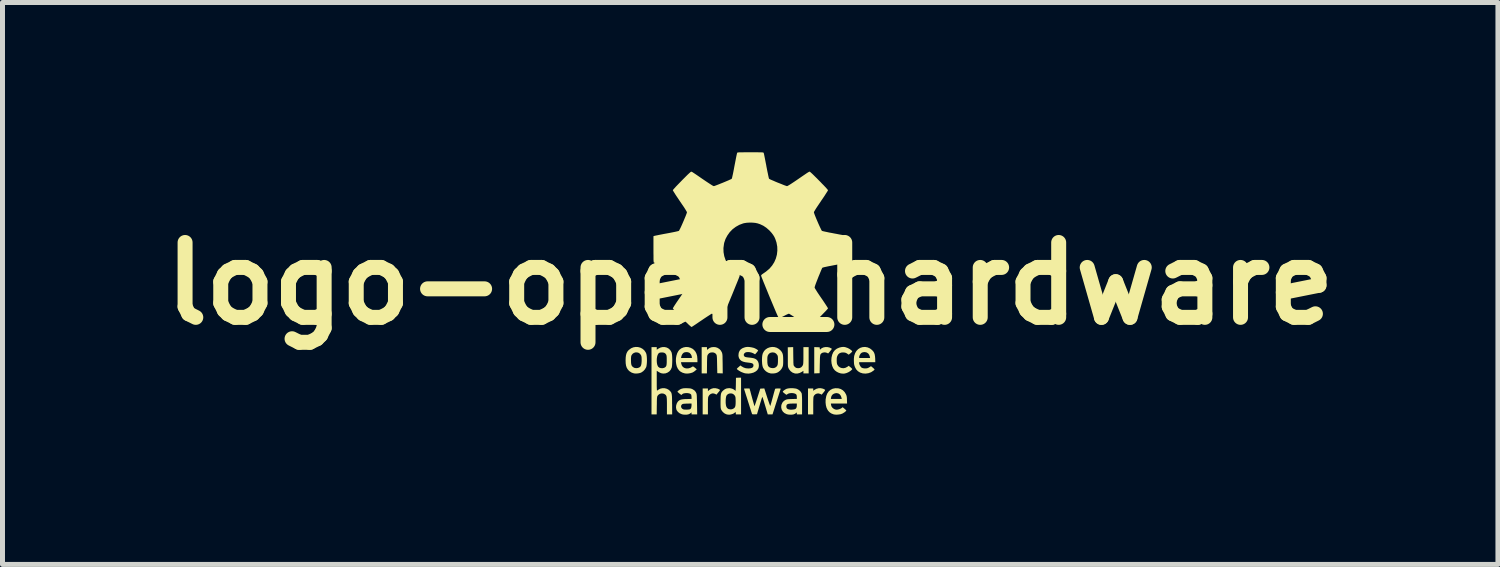
<source format=kicad_pcb>
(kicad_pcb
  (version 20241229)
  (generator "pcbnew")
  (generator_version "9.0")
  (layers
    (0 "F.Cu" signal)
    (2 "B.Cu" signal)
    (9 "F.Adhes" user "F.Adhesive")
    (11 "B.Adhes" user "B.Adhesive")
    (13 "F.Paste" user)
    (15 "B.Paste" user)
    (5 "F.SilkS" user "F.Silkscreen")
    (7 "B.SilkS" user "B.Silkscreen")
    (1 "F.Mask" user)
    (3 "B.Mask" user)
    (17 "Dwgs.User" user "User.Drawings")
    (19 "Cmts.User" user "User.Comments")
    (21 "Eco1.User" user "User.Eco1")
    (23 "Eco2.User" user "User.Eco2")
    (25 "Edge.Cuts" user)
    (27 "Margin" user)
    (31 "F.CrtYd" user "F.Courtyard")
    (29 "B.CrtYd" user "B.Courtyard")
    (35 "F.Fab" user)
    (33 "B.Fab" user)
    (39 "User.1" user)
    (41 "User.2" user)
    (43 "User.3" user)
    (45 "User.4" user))
  (footprint "logo-open_hardware"
    (layer "F.Cu")
    (at 11.979 2.629)
    (property "Reference" "logo-open_hardware" (at 0 0 0) (layer "F.SilkS") (effects (font (size 1.5 1.5) (thickness 0.3))))
    (attr board_only exclude_from_pos_files exclude_from_bom)
    (fp_poly (pts (xy 1.46 2.108) (xy 1.498 2.128) (xy 1.5 2.133) (xy 1.497 2.142) (xy 1.488 2.157) (xy 1.47 2.18) (xy 1.469 2.181) (xy 1.431 2.227) (xy 1.405 2.213) (xy 1.372 2.203) (xy 1.339 2.204) (xy 1.309 2.216) (xy 1.284 2.238) (xy 1.273 2.255) (xy 1.27 2.263) (xy 1.267 2.273) (xy 1.265 2.287) (xy 1.264 2.307) (xy 1.263 2.334) (xy 1.262 2.369) (xy 1.262 2.415) (xy 1.262 2.45) (xy 1.262 2.622) (xy 1.209 2.622) (xy 1.157 2.622) (xy 1.157 2.363) (xy 1.157 2.103) (xy 1.209 2.103) (xy 1.262 2.103) (xy 1.262 2.126) (xy 1.262 2.15) (xy 1.285 2.132) (xy 1.325 2.11) (xy 1.369 2.098) (xy 1.415 2.098)) (stroke (width 0) (type solid)) (fill yes) (layer "F.SilkS"))
    (fp_poly (pts (xy -0.653 2.107) (xy -0.639 2.113) (xy -0.621 2.122) (xy -0.608 2.13) (xy -0.605 2.134) (xy -0.609 2.141) (xy -0.619 2.156) (xy -0.634 2.175) (xy -0.641 2.183) (xy -0.677 2.227) (xy -0.699 2.214) (xy -0.729 2.203) (xy -0.762 2.202) (xy -0.792 2.213) (xy -0.818 2.233) (xy -0.833 2.254) (xy -0.837 2.263) (xy -0.841 2.273) (xy -0.844 2.284) (xy -0.845 2.299) (xy -0.847 2.32) (xy -0.847 2.347) (xy -0.848 2.383) (xy -0.848 2.43) (xy -0.848 2.453) (xy -0.848 2.622) (xy -0.9 2.622) (xy -0.953 2.622) (xy -0.953 2.363) (xy -0.953 2.103) (xy -0.9 2.103) (xy -0.848 2.103) (xy -0.848 2.13) (xy -0.848 2.157) (xy -0.822 2.134) (xy -0.785 2.111) (xy -0.742 2.098) (xy -0.698 2.097)) (stroke (width 0) (type solid)) (fill yes) (layer "F.SilkS"))
    (fp_poly (pts (xy 1.547 1.274) (xy 1.586 1.282) (xy 1.615 1.296) (xy 1.636 1.309) (xy 1.624 1.326) (xy 1.612 1.341) (xy 1.596 1.361) (xy 1.586 1.373) (xy 1.56 1.402) (xy 1.54 1.391) (xy 1.513 1.382) (xy 1.483 1.38) (xy 1.455 1.385) (xy 1.437 1.392) (xy 1.426 1.4) (xy 1.417 1.408) (xy 1.41 1.417) (xy 1.404 1.429) (xy 1.401 1.445) (xy 1.398 1.468) (xy 1.396 1.499) (xy 1.395 1.538) (xy 1.394 1.589) (xy 1.393 1.617) (xy 1.39 1.797) (xy 1.336 1.799) (xy 1.282 1.801) (xy 1.282 1.538) (xy 1.282 1.274) (xy 1.336 1.276) (xy 1.39 1.278) (xy 1.393 1.304) (xy 1.396 1.32) (xy 1.399 1.324) (xy 1.405 1.32) (xy 1.405 1.319) (xy 1.432 1.296) (xy 1.466 1.281) (xy 1.506 1.273)) (stroke (width 0) (type solid)) (fill yes) (layer "F.SilkS"))
    (fp_poly (pts (xy 0.862 1.455) (xy 0.863 1.509) (xy 0.864 1.551) (xy 0.864 1.583) (xy 0.866 1.607) (xy 0.867 1.624) (xy 0.869 1.636) (xy 0.872 1.644) (xy 0.875 1.65) (xy 0.878 1.654) (xy 0.9 1.678) (xy 0.924 1.692) (xy 0.953 1.696) (xy 0.958 1.697) (xy 0.995 1.692) (xy 1.023 1.677) (xy 1.045 1.652) (xy 1.05 1.643) (xy 1.054 1.634) (xy 1.058 1.624) (xy 1.06 1.613) (xy 1.062 1.598) (xy 1.063 1.578) (xy 1.064 1.55) (xy 1.065 1.514) (xy 1.065 1.467) (xy 1.065 1.444) (xy 1.065 1.275) (xy 1.117 1.275) (xy 1.17 1.275) (xy 1.17 1.538) (xy 1.17 1.801) (xy 1.117 1.801) (xy 1.065 1.801) (xy 1.065 1.775) (xy 1.065 1.749) (xy 1.032 1.771) (xy 0.989 1.793) (xy 0.944 1.804) (xy 0.901 1.803) (xy 0.89 1.801) (xy 0.845 1.784) (xy 0.807 1.755) (xy 0.777 1.717) (xy 0.768 1.699) (xy 0.763 1.689) (xy 0.76 1.679) (xy 0.757 1.668) (xy 0.755 1.654) (xy 0.754 1.635) (xy 0.753 1.61) (xy 0.753 1.576) (xy 0.753 1.533) (xy 0.753 1.479) (xy 0.753 1.472) (xy 0.752 1.278) (xy 0.806 1.276) (xy 0.86 1.274)) (stroke (width 0) (type solid)) (fill yes) (layer "F.SilkS"))
    (fp_poly (pts (xy -0.7 1.275) (xy -0.662 1.286) (xy -0.654 1.29) (xy -0.617 1.313) (xy -0.59 1.342) (xy -0.57 1.377) (xy -0.566 1.387) (xy -0.563 1.397) (xy -0.56 1.408) (xy -0.558 1.423) (xy -0.556 1.443) (xy -0.555 1.469) (xy -0.555 1.503) (xy -0.554 1.547) (xy -0.553 1.603) (xy -0.553 1.605) (xy -0.551 1.801) (xy -0.606 1.799) (xy -0.66 1.797) (xy -0.664 1.62) (xy -0.665 1.566) (xy -0.666 1.524) (xy -0.667 1.492) (xy -0.669 1.468) (xy -0.67 1.45) (xy -0.673 1.438) (xy -0.676 1.429) (xy -0.679 1.422) (xy -0.7 1.398) (xy -0.728 1.384) (xy -0.762 1.38) (xy -0.797 1.384) (xy -0.825 1.397) (xy -0.846 1.42) (xy -0.849 1.424) (xy -0.853 1.432) (xy -0.857 1.44) (xy -0.86 1.45) (xy -0.862 1.464) (xy -0.863 1.482) (xy -0.864 1.508) (xy -0.865 1.542) (xy -0.866 1.587) (xy -0.866 1.625) (xy -0.868 1.801) (xy -0.921 1.801) (xy -0.973 1.801) (xy -0.973 1.538) (xy -0.973 1.275) (xy -0.92 1.275) (xy -0.867 1.275) (xy -0.867 1.301) (xy -0.866 1.32) (xy -0.861 1.326) (xy -0.851 1.321) (xy -0.841 1.311) (xy -0.814 1.291) (xy -0.779 1.278) (xy -0.74 1.273)) (stroke (width 0) (type solid)) (fill yes) (layer "F.SilkS"))
    (fp_poly (pts (xy -1.243 1.274) (xy -1.197 1.287) (xy -1.153 1.309) (xy -1.125 1.333) (xy -1.097 1.367) (xy -1.077 1.407) (xy -1.064 1.454) (xy -1.059 1.511) (xy -1.058 1.536) (xy -1.058 1.577) (xy -1.223 1.577) (xy -1.387 1.577) (xy -1.383 1.602) (xy -1.371 1.64) (xy -1.351 1.669) (xy -1.324 1.689) (xy -1.286 1.701) (xy -1.244 1.701) (xy -1.202 1.69) (xy -1.163 1.669) (xy -1.16 1.666) (xy -1.152 1.662) (xy -1.144 1.662) (xy -1.134 1.668) (xy -1.117 1.68) (xy -1.109 1.687) (xy -1.071 1.719) (xy -1.101 1.746) (xy -1.124 1.764) (xy -1.15 1.78) (xy -1.165 1.786) (xy -1.202 1.797) (xy -1.244 1.803) (xy -1.284 1.804) (xy -1.313 1.8) (xy -1.359 1.786) (xy -1.4 1.763) (xy -1.424 1.742) (xy -1.451 1.706) (xy -1.472 1.661) (xy -1.484 1.61) (xy -1.49 1.556) (xy -1.488 1.501) (xy -1.487 1.492) (xy -1.386 1.492) (xy -1.278 1.492) (xy -1.17 1.492) (xy -1.17 1.473) (xy -1.175 1.448) (xy -1.188 1.421) (xy -1.207 1.398) (xy -1.222 1.386) (xy -1.253 1.376) (xy -1.286 1.374) (xy -1.318 1.38) (xy -1.335 1.388) (xy -1.358 1.411) (xy -1.375 1.444) (xy -1.382 1.47) (xy -1.386 1.492) (xy -1.487 1.492) (xy -1.479 1.447) (xy -1.463 1.397) (xy -1.44 1.354) (xy -1.419 1.328) (xy -1.381 1.299) (xy -1.338 1.281) (xy -1.291 1.272)) (stroke (width 0) (type solid)) (fill yes) (layer "F.SilkS"))
    (fp_poly (pts (xy 1.765 2.1) (xy 1.813 2.114) (xy 1.855 2.139) (xy 1.89 2.174) (xy 1.913 2.212) (xy 1.923 2.232) (xy 1.929 2.25) (xy 1.933 2.269) (xy 1.936 2.293) (xy 1.937 2.325) (xy 1.937 2.33) (xy 1.94 2.405) (xy 1.778 2.405) (xy 1.615 2.405) (xy 1.619 2.433) (xy 1.629 2.466) (xy 1.651 2.494) (xy 1.68 2.515) (xy 1.715 2.527) (xy 1.744 2.527) (xy 1.778 2.52) (xy 1.809 2.508) (xy 1.832 2.494) (xy 1.851 2.478) (xy 1.887 2.508) (xy 1.905 2.524) (xy 1.918 2.536) (xy 1.924 2.543) (xy 1.924 2.543) (xy 1.921 2.551) (xy 1.909 2.563) (xy 1.891 2.578) (xy 1.869 2.592) (xy 1.847 2.605) (xy 1.84 2.608) (xy 1.808 2.619) (xy 1.768 2.625) (xy 1.727 2.628) (xy 1.689 2.625) (xy 1.666 2.62) (xy 1.624 2.603) (xy 1.591 2.581) (xy 1.564 2.553) (xy 1.548 2.53) (xy 1.528 2.489) (xy 1.515 2.439) (xy 1.509 2.384) (xy 1.51 2.325) (xy 1.511 2.314) (xy 1.512 2.313) (xy 1.615 2.313) (xy 1.724 2.313) (xy 1.833 2.313) (xy 1.829 2.292) (xy 1.816 2.253) (xy 1.796 2.224) (xy 1.768 2.204) (xy 1.733 2.196) (xy 1.714 2.197) (xy 1.678 2.206) (xy 1.649 2.225) (xy 1.628 2.253) (xy 1.619 2.286) (xy 1.615 2.313) (xy 1.512 2.313) (xy 1.523 2.254) (xy 1.543 2.203) (xy 1.572 2.161) (xy 1.608 2.13) (xy 1.652 2.108) (xy 1.703 2.098) (xy 1.71 2.098)) (stroke (width 0) (type solid)) (fill yes) (layer "F.SilkS"))
    (fp_poly (pts (xy 1.877 1.271) (xy 1.902 1.275) (xy 1.912 1.278) (xy 1.955 1.293) (xy 1.995 1.315) (xy 2.028 1.341) (xy 2.031 1.344) (xy 2.041 1.355) (xy 2.042 1.363) (xy 2.035 1.372) (xy 2.033 1.374) (xy 2.02 1.387) (xy 2.003 1.402) (xy 1.997 1.407) (xy 1.972 1.426) (xy 1.942 1.405) (xy 1.922 1.393) (xy 1.903 1.386) (xy 1.88 1.382) (xy 1.868 1.381) (xy 1.826 1.383) (xy 1.792 1.395) (xy 1.766 1.416) (xy 1.749 1.443) (xy 1.741 1.461) (xy 1.736 1.478) (xy 1.733 1.499) (xy 1.732 1.528) (xy 1.732 1.538) (xy 1.733 1.57) (xy 1.735 1.593) (xy 1.739 1.612) (xy 1.747 1.63) (xy 1.747 1.631) (xy 1.769 1.661) (xy 1.798 1.682) (xy 1.832 1.694) (xy 1.87 1.697) (xy 1.907 1.689) (xy 1.943 1.67) (xy 1.948 1.667) (xy 1.972 1.649) (xy 1.996 1.668) (xy 2.014 1.683) (xy 2.03 1.697) (xy 2.033 1.701) (xy 2.042 1.712) (xy 2.041 1.72) (xy 2.033 1.729) (xy 2.007 1.752) (xy 1.973 1.774) (xy 1.936 1.791) (xy 1.924 1.795) (xy 1.894 1.803) (xy 1.868 1.806) (xy 1.839 1.804) (xy 1.813 1.801) (xy 1.774 1.789) (xy 1.733 1.769) (xy 1.698 1.743) (xy 1.692 1.737) (xy 1.663 1.699) (xy 1.642 1.653) (xy 1.629 1.6) (xy 1.624 1.542) (xy 1.628 1.484) (xy 1.642 1.425) (xy 1.664 1.375) (xy 1.696 1.335) (xy 1.736 1.305) (xy 1.785 1.284) (xy 1.825 1.274) (xy 1.854 1.271)) (stroke (width 0) (type solid)) (fill yes) (layer "F.SilkS"))
    (fp_poly (pts (xy 2.351 1.28) (xy 2.398 1.301) (xy 2.437 1.331) (xy 2.462 1.357) (xy 2.48 1.385) (xy 2.492 1.417) (xy 2.499 1.456) (xy 2.503 1.503) (xy 2.505 1.577) (xy 2.344 1.577) (xy 2.182 1.577) (xy 2.182 1.596) (xy 2.186 1.618) (xy 2.198 1.644) (xy 2.213 1.668) (xy 2.229 1.685) (xy 2.25 1.694) (xy 2.278 1.7) (xy 2.309 1.701) (xy 2.338 1.699) (xy 2.348 1.696) (xy 2.37 1.687) (xy 2.392 1.674) (xy 2.396 1.672) (xy 2.419 1.656) (xy 2.455 1.686) (xy 2.473 1.702) (xy 2.485 1.715) (xy 2.491 1.722) (xy 2.491 1.722) (xy 2.486 1.729) (xy 2.474 1.741) (xy 2.467 1.747) (xy 2.42 1.778) (xy 2.367 1.797) (xy 2.311 1.805) (xy 2.254 1.801) (xy 2.251 1.8) (xy 2.2 1.784) (xy 2.157 1.757) (xy 2.123 1.721) (xy 2.097 1.674) (xy 2.084 1.634) (xy 2.079 1.606) (xy 2.077 1.57) (xy 2.076 1.53) (xy 2.077 1.492) (xy 2.078 1.492) (xy 2.182 1.492) (xy 2.291 1.492) (xy 2.4 1.492) (xy 2.396 1.467) (xy 2.383 1.429) (xy 2.362 1.401) (xy 2.333 1.382) (xy 2.298 1.374) (xy 2.291 1.374) (xy 2.261 1.377) (xy 2.235 1.385) (xy 2.234 1.386) (xy 2.214 1.402) (xy 2.197 1.427) (xy 2.185 1.454) (xy 2.182 1.473) (xy 2.182 1.492) (xy 2.078 1.492) (xy 2.081 1.461) (xy 2.082 1.452) (xy 2.1 1.397) (xy 2.127 1.351) (xy 2.162 1.315) (xy 2.204 1.289) (xy 2.249 1.275) (xy 2.301 1.271)) (stroke (width 0) (type solid)) (fill yes) (layer "F.SilkS"))
    (fp_poly (pts (xy -2.248 1.273) (xy -2.202 1.285) (xy -2.16 1.307) (xy -2.124 1.337) (xy -2.096 1.377) (xy -2.086 1.397) (xy -2.078 1.424) (xy -2.073 1.46) (xy -2.07 1.503) (xy -2.069 1.548) (xy -2.071 1.592) (xy -2.075 1.632) (xy -2.081 1.665) (xy -2.086 1.679) (xy -2.11 1.72) (xy -2.142 1.755) (xy -2.181 1.782) (xy -2.208 1.793) (xy -2.247 1.801) (xy -2.29 1.804) (xy -2.327 1.801) (xy -2.374 1.786) (xy -2.417 1.759) (xy -2.434 1.744) (xy -2.458 1.715) (xy -2.476 1.683) (xy -2.488 1.645) (xy -2.495 1.599) (xy -2.497 1.542) (xy -2.497 1.538) (xy -2.389 1.538) (xy -2.388 1.58) (xy -2.385 1.612) (xy -2.379 1.636) (xy -2.369 1.654) (xy -2.355 1.669) (xy -2.345 1.677) (xy -2.316 1.692) (xy -2.282 1.696) (xy -2.247 1.692) (xy -2.216 1.678) (xy -2.216 1.678) (xy -2.199 1.663) (xy -2.187 1.64) (xy -2.18 1.609) (xy -2.176 1.568) (xy -2.175 1.538) (xy -2.176 1.503) (xy -2.177 1.478) (xy -2.18 1.46) (xy -2.184 1.446) (xy -2.19 1.433) (xy -2.211 1.406) (xy -2.238 1.388) (xy -2.269 1.38) (xy -2.301 1.381) (xy -2.332 1.391) (xy -2.359 1.411) (xy -2.375 1.433) (xy -2.381 1.444) (xy -2.385 1.457) (xy -2.387 1.475) (xy -2.389 1.499) (xy -2.389 1.534) (xy -2.389 1.538) (xy -2.497 1.538) (xy -2.495 1.482) (xy -2.489 1.436) (xy -2.478 1.398) (xy -2.462 1.366) (xy -2.439 1.338) (xy -2.429 1.329) (xy -2.387 1.298) (xy -2.342 1.279) (xy -2.295 1.271)) (stroke (width 0) (type solid)) (fill yes) (layer "F.SilkS"))
    (fp_poly (pts (xy 0.485 1.274) (xy 0.531 1.287) (xy 0.573 1.311) (xy 0.607 1.341) (xy 0.626 1.364) (xy 0.64 1.387) (xy 0.65 1.412) (xy 0.656 1.442) (xy 0.659 1.48) (xy 0.66 1.527) (xy 0.66 1.541) (xy 0.66 1.581) (xy 0.659 1.61) (xy 0.657 1.633) (xy 0.654 1.65) (xy 0.649 1.666) (xy 0.645 1.677) (xy 0.626 1.711) (xy 0.598 1.745) (xy 0.564 1.772) (xy 0.537 1.787) (xy 0.501 1.798) (xy 0.458 1.803) (xy 0.416 1.802) (xy 0.406 1.801) (xy 0.358 1.786) (xy 0.315 1.76) (xy 0.28 1.725) (xy 0.256 1.685) (xy 0.246 1.655) (xy 0.239 1.615) (xy 0.236 1.57) (xy 0.235 1.538) (xy 0.342 1.538) (xy 0.343 1.586) (xy 0.348 1.622) (xy 0.357 1.65) (xy 0.372 1.669) (xy 0.392 1.683) (xy 0.419 1.692) (xy 0.419 1.692) (xy 0.457 1.696) (xy 0.492 1.689) (xy 0.512 1.677) (xy 0.529 1.663) (xy 0.541 1.646) (xy 0.549 1.626) (xy 0.553 1.598) (xy 0.555 1.562) (xy 0.555 1.538) (xy 0.555 1.502) (xy 0.554 1.477) (xy 0.552 1.459) (xy 0.548 1.445) (xy 0.542 1.434) (xy 0.542 1.433) (xy 0.518 1.404) (xy 0.488 1.386) (xy 0.451 1.38) (xy 0.451 1.38) (xy 0.413 1.385) (xy 0.383 1.4) (xy 0.361 1.425) (xy 0.357 1.433) (xy 0.35 1.447) (xy 0.346 1.462) (xy 0.343 1.481) (xy 0.342 1.507) (xy 0.342 1.538) (xy 0.235 1.538) (xy 0.235 1.523) (xy 0.237 1.476) (xy 0.242 1.435) (xy 0.251 1.402) (xy 0.253 1.396) (xy 0.277 1.353) (xy 0.31 1.319) (xy 0.349 1.294) (xy 0.393 1.278) (xy 0.439 1.271)) (stroke (width 0) (type solid)) (fill yes) (layer "F.SilkS"))
    (fp_poly (pts (xy -0.184 2.254) (xy -0.184 2.622) (xy -0.237 2.622) (xy -0.289 2.622) (xy -0.289 2.599) (xy -0.291 2.582) (xy -0.297 2.577) (xy -0.307 2.584) (xy -0.312 2.589) (xy -0.329 2.602) (xy -0.355 2.614) (xy -0.385 2.623) (xy -0.414 2.628) (xy -0.426 2.628) (xy -0.452 2.626) (xy -0.478 2.62) (xy -0.484 2.618) (xy -0.519 2.6) (xy -0.551 2.572) (xy -0.575 2.54) (xy -0.579 2.532) (xy -0.585 2.521) (xy -0.588 2.51) (xy -0.591 2.497) (xy -0.593 2.48) (xy -0.594 2.457) (xy -0.595 2.426) (xy -0.595 2.394) (xy -0.492 2.394) (xy -0.487 2.438) (xy -0.477 2.472) (xy -0.461 2.496) (xy -0.439 2.512) (xy -0.433 2.515) (xy -0.398 2.522) (xy -0.366 2.519) (xy -0.344 2.51) (xy -0.326 2.499) (xy -0.312 2.486) (xy -0.302 2.467) (xy -0.296 2.443) (xy -0.293 2.409) (xy -0.292 2.364) (xy -0.292 2.363) (xy -0.293 2.326) (xy -0.294 2.299) (xy -0.296 2.28) (xy -0.3 2.266) (xy -0.305 2.253) (xy -0.306 2.251) (xy -0.326 2.226) (xy -0.352 2.209) (xy -0.382 2.202) (xy -0.413 2.203) (xy -0.442 2.213) (xy -0.466 2.232) (xy -0.477 2.249) (xy -0.484 2.27) (xy -0.489 2.301) (xy -0.492 2.339) (xy -0.492 2.394) (xy -0.595 2.394) (xy -0.595 2.385) (xy -0.595 2.366) (xy -0.594 2.312) (xy -0.593 2.27) (xy -0.59 2.236) (xy -0.586 2.21) (xy -0.579 2.19) (xy -0.569 2.172) (xy -0.556 2.157) (xy -0.539 2.141) (xy -0.506 2.116) (xy -0.471 2.102) (xy -0.43 2.097) (xy -0.42 2.096) (xy -0.391 2.1) (xy -0.36 2.108) (xy -0.333 2.121) (xy -0.313 2.135) (xy -0.31 2.138) (xy -0.3 2.147) (xy -0.295 2.149) (xy -0.293 2.143) (xy -0.292 2.125) (xy -0.29 2.099) (xy -0.289 2.065) (xy -0.288 2.026) (xy -0.288 2.019) (xy -0.286 1.889) (xy -0.235 1.887) (xy -0.184 1.886)) (stroke (width 0) (type solid)) (fill yes) (layer "F.SilkS"))
    (fp_poly (pts (xy -0.012 1.273) (xy 0.026 1.279) (xy 0.061 1.287) (xy 0.085 1.295) (xy 0.109 1.307) (xy 0.132 1.32) (xy 0.149 1.332) (xy 0.157 1.341) (xy 0.158 1.343) (xy 0.154 1.35) (xy 0.143 1.365) (xy 0.129 1.383) (xy 0.128 1.384) (xy 0.097 1.419) (xy 0.061 1.398) (xy 0.029 1.385) (xy -0.008 1.376) (xy -0.045 1.373) (xy -0.078 1.376) (xy -0.098 1.383) (xy -0.118 1.399) (xy -0.129 1.419) (xy -0.129 1.44) (xy -0.119 1.458) (xy -0.106 1.469) (xy -0.089 1.474) (xy -0.065 1.479) (xy -0.038 1.482) (xy -0.038 1.482) (xy 0.016 1.488) (xy 0.06 1.495) (xy 0.093 1.506) (xy 0.119 1.52) (xy 0.139 1.539) (xy 0.155 1.563) (xy 0.157 1.566) (xy 0.168 1.599) (xy 0.173 1.638) (xy 0.17 1.675) (xy 0.161 1.704) (xy 0.139 1.737) (xy 0.106 1.764) (xy 0.065 1.785) (xy 0.018 1.798) (xy -0.032 1.805) (xy -0.085 1.802) (xy -0.099 1.8) (xy -0.124 1.794) (xy -0.154 1.783) (xy -0.176 1.774) (xy -0.2 1.762) (xy -0.225 1.747) (xy -0.246 1.733) (xy -0.262 1.72) (xy -0.269 1.711) (xy -0.269 1.71) (xy -0.265 1.704) (xy -0.253 1.691) (xy -0.235 1.676) (xy -0.233 1.674) (xy -0.197 1.642) (xy -0.168 1.663) (xy -0.128 1.685) (xy -0.087 1.698) (xy -0.04 1.702) (xy -0.038 1.702) (xy 0.004 1.699) (xy 0.035 1.69) (xy 0.055 1.674) (xy 0.064 1.652) (xy 0.064 1.635) (xy 0.061 1.619) (xy 0.051 1.607) (xy 0.035 1.598) (xy 0.009 1.591) (xy -0.027 1.586) (xy -0.046 1.584) (xy -0.099 1.577) (xy -0.142 1.566) (xy -0.174 1.552) (xy -0.199 1.532) (xy -0.218 1.507) (xy -0.224 1.495) (xy -0.232 1.472) (xy -0.236 1.445) (xy -0.236 1.437) (xy -0.231 1.39) (xy -0.215 1.35) (xy -0.189 1.318) (xy -0.151 1.294) (xy -0.103 1.277) (xy -0.075 1.272) (xy -0.047 1.27)) (stroke (width 0) (type solid)) (fill yes) (layer "F.SilkS"))
    (fp_poly (pts (xy -1.261 2.098) (xy -1.227 2.1) (xy -1.202 2.102) (xy -1.182 2.107) (xy -1.164 2.114) (xy -1.154 2.119) (xy -1.118 2.142) (xy -1.092 2.173) (xy -1.078 2.202) (xy -1.075 2.214) (xy -1.072 2.234) (xy -1.07 2.264) (xy -1.069 2.305) (xy -1.067 2.356) (xy -1.066 2.42) (xy -1.066 2.423) (xy -1.063 2.622) (xy -1.12 2.622) (xy -1.176 2.622) (xy -1.176 2.602) (xy -1.176 2.582) (xy -1.196 2.598) (xy -1.217 2.612) (xy -1.239 2.621) (xy -1.241 2.622) (xy -1.271 2.627) (xy -1.308 2.628) (xy -1.345 2.625) (xy -1.371 2.619) (xy -1.414 2.6) (xy -1.448 2.573) (xy -1.473 2.54) (xy -1.481 2.518) (xy -1.487 2.482) (xy -1.486 2.468) (xy -1.386 2.468) (xy -1.379 2.49) (xy -1.363 2.509) (xy -1.339 2.522) (xy -1.33 2.524) (xy -1.31 2.526) (xy -1.283 2.527) (xy -1.254 2.526) (xy -1.228 2.524) (xy -1.209 2.52) (xy -1.206 2.519) (xy -1.192 2.508) (xy -1.182 2.486) (xy -1.177 2.456) (xy -1.176 2.441) (xy -1.176 2.404) (xy -1.265 2.406) (xy -1.3 2.407) (xy -1.326 2.409) (xy -1.343 2.411) (xy -1.354 2.414) (xy -1.363 2.419) (xy -1.37 2.424) (xy -1.384 2.445) (xy -1.386 2.468) (xy -1.486 2.468) (xy -1.484 2.443) (xy -1.472 2.404) (xy -1.454 2.372) (xy -1.442 2.358) (xy -1.424 2.343) (xy -1.405 2.332) (xy -1.383 2.325) (xy -1.355 2.32) (xy -1.318 2.316) (xy -1.273 2.315) (xy -1.176 2.312) (xy -1.176 2.276) (xy -1.178 2.253) (xy -1.181 2.234) (xy -1.183 2.227) (xy -1.198 2.212) (xy -1.223 2.201) (xy -1.254 2.196) (xy -1.271 2.195) (xy -1.307 2.197) (xy -1.334 2.202) (xy -1.354 2.211) (xy -1.364 2.219) (xy -1.38 2.234) (xy -1.42 2.204) (xy -1.438 2.188) (xy -1.452 2.176) (xy -1.459 2.169) (xy -1.459 2.168) (xy -1.454 2.161) (xy -1.442 2.149) (xy -1.431 2.139) (xy -1.403 2.12) (xy -1.372 2.107) (xy -1.335 2.099) (xy -1.289 2.097)) (stroke (width 0) (type solid)) (fill yes) (layer "F.SilkS"))
    (fp_poly (pts (xy 0.859 2.098) (xy 0.901 2.103) (xy 0.923 2.107) (xy 0.958 2.122) (xy 0.989 2.145) (xy 1.014 2.172) (xy 1.03 2.201) (xy 1.031 2.205) (xy 1.033 2.22) (xy 1.035 2.247) (xy 1.037 2.285) (xy 1.038 2.333) (xy 1.038 2.39) (xy 1.038 2.427) (xy 1.038 2.622) (xy 0.986 2.622) (xy 0.933 2.622) (xy 0.933 2.602) (xy 0.933 2.582) (xy 0.913 2.598) (xy 0.893 2.612) (xy 0.87 2.621) (xy 0.869 2.622) (xy 0.837 2.627) (xy 0.798 2.628) (xy 0.76 2.625) (xy 0.728 2.617) (xy 0.728 2.617) (xy 0.686 2.596) (xy 0.654 2.567) (xy 0.632 2.531) (xy 0.621 2.49) (xy 0.621 2.466) (xy 0.723 2.466) (xy 0.728 2.492) (xy 0.744 2.511) (xy 0.764 2.52) (xy 0.782 2.524) (xy 0.792 2.526) (xy 0.811 2.528) (xy 0.837 2.527) (xy 0.864 2.524) (xy 0.888 2.52) (xy 0.904 2.514) (xy 0.905 2.514) (xy 0.921 2.497) (xy 0.93 2.474) (xy 0.933 2.44) (xy 0.933 2.438) (xy 0.933 2.405) (xy 0.851 2.405) (xy 0.806 2.406) (xy 0.773 2.409) (xy 0.749 2.416) (xy 0.734 2.426) (xy 0.726 2.441) (xy 0.723 2.461) (xy 0.723 2.466) (xy 0.621 2.466) (xy 0.622 2.446) (xy 0.627 2.424) (xy 0.645 2.385) (xy 0.673 2.353) (xy 0.71 2.33) (xy 0.724 2.325) (xy 0.74 2.321) (xy 0.76 2.318) (xy 0.788 2.316) (xy 0.826 2.315) (xy 0.836 2.314) (xy 0.933 2.312) (xy 0.933 2.274) (xy 0.931 2.246) (xy 0.925 2.228) (xy 0.922 2.223) (xy 0.901 2.208) (xy 0.873 2.199) (xy 0.84 2.195) (xy 0.805 2.196) (xy 0.774 2.202) (xy 0.748 2.214) (xy 0.737 2.223) (xy 0.731 2.228) (xy 0.724 2.228) (xy 0.713 2.222) (xy 0.695 2.209) (xy 0.689 2.204) (xy 0.671 2.189) (xy 0.657 2.177) (xy 0.651 2.17) (xy 0.651 2.169) (xy 0.656 2.159) (xy 0.67 2.145) (xy 0.69 2.131) (xy 0.711 2.118) (xy 0.732 2.108) (xy 0.737 2.107) (xy 0.772 2.1) (xy 0.815 2.097)) (stroke (width 0) (type solid)) (fill yes) (layer "F.SilkS"))
    (fp_poly (pts (xy 0.339 2.28) (xy 0.354 2.326) (xy 0.368 2.366) (xy 0.38 2.401) (xy 0.39 2.428) (xy 0.397 2.446) (xy 0.401 2.453) (xy 0.401 2.453) (xy 0.404 2.445) (xy 0.41 2.427) (xy 0.418 2.399) (xy 0.428 2.364) (xy 0.439 2.323) (xy 0.45 2.284) (xy 0.462 2.239) (xy 0.473 2.198) (xy 0.483 2.163) (xy 0.491 2.136) (xy 0.496 2.118) (xy 0.498 2.111) (xy 0.505 2.107) (xy 0.524 2.104) (xy 0.554 2.103) (xy 0.557 2.103) (xy 0.585 2.103) (xy 0.602 2.105) (xy 0.609 2.108) (xy 0.61 2.111) (xy 0.607 2.12) (xy 0.6 2.139) (xy 0.592 2.166) (xy 0.581 2.2) (xy 0.569 2.237) (xy 0.569 2.238) (xy 0.554 2.284) (xy 0.537 2.338) (xy 0.519 2.395) (xy 0.501 2.45) (xy 0.489 2.489) (xy 0.446 2.622) (xy 0.399 2.622) (xy 0.351 2.622) (xy 0.299 2.448) (xy 0.285 2.402) (xy 0.273 2.361) (xy 0.262 2.325) (xy 0.253 2.297) (xy 0.246 2.279) (xy 0.243 2.271) (xy 0.243 2.27) (xy 0.24 2.276) (xy 0.234 2.292) (xy 0.225 2.318) (xy 0.215 2.352) (xy 0.202 2.392) (xy 0.189 2.437) (xy 0.187 2.443) (xy 0.135 2.619) (xy 0.087 2.621) (xy 0.059 2.621) (xy 0.043 2.619) (xy 0.036 2.615) (xy 0.036 2.614) (xy 0.033 2.604) (xy 0.026 2.583) (xy 0.016 2.554) (xy 0.005 2.517) (xy -0.009 2.475) (xy -0.023 2.429) (xy -0.039 2.38) (xy -0.054 2.332) (xy -0.069 2.284) (xy -0.084 2.238) (xy -0.097 2.197) (xy -0.108 2.162) (xy -0.117 2.134) (xy -0.122 2.115) (xy -0.125 2.107) (xy -0.125 2.107) (xy -0.119 2.105) (xy -0.103 2.104) (xy -0.079 2.103) (xy -0.069 2.103) (xy -0.014 2.103) (xy -0.008 2.124) (xy -0.005 2.137) (xy 0.002 2.159) (xy 0.01 2.191) (xy 0.02 2.229) (xy 0.032 2.272) (xy 0.04 2.302) (xy 0.052 2.345) (xy 0.063 2.383) (xy 0.072 2.415) (xy 0.079 2.44) (xy 0.084 2.454) (xy 0.085 2.458) (xy 0.088 2.452) (xy 0.094 2.435) (xy 0.103 2.408) (xy 0.115 2.374) (xy 0.128 2.334) (xy 0.143 2.289) (xy 0.145 2.282) (xy 0.201 2.106) (xy 0.242 2.104) (xy 0.282 2.102)) (stroke (width 0) (type solid)) (fill yes) (layer "F.SilkS"))
    (fp_poly (pts (xy -1.711 1.274) (xy -1.67 1.284) (xy -1.633 1.305) (xy -1.603 1.334) (xy -1.58 1.372) (xy -1.573 1.391) (xy -1.569 1.415) (xy -1.565 1.449) (xy -1.563 1.49) (xy -1.562 1.534) (xy -1.563 1.578) (xy -1.565 1.62) (xy -1.568 1.655) (xy -1.572 1.681) (xy -1.573 1.684) (xy -1.591 1.725) (xy -1.619 1.759) (xy -1.655 1.784) (xy -1.696 1.8) (xy -1.74 1.804) (xy -1.773 1.8) (xy -1.796 1.793) (xy -1.822 1.78) (xy -1.838 1.771) (xy -1.873 1.748) (xy -1.873 1.949) (xy -1.873 2.007) (xy -1.873 2.054) (xy -1.872 2.09) (xy -1.871 2.115) (xy -1.87 2.133) (xy -1.868 2.142) (xy -1.866 2.145) (xy -1.865 2.145) (xy -1.854 2.138) (xy -1.839 2.127) (xy -1.837 2.126) (xy -1.799 2.106) (xy -1.757 2.097) (xy -1.713 2.098) (xy -1.671 2.109) (xy -1.634 2.129) (xy -1.618 2.143) (xy -1.604 2.157) (xy -1.594 2.169) (xy -1.585 2.181) (xy -1.579 2.196) (xy -1.574 2.214) (xy -1.571 2.236) (xy -1.568 2.266) (xy -1.567 2.303) (xy -1.566 2.351) (xy -1.566 2.409) (xy -1.565 2.42) (xy -1.564 2.622) (xy -1.616 2.622) (xy -1.669 2.622) (xy -1.669 2.45) (xy -1.669 2.393) (xy -1.67 2.347) (xy -1.671 2.312) (xy -1.674 2.284) (xy -1.677 2.264) (xy -1.683 2.249) (xy -1.69 2.237) (xy -1.699 2.228) (xy -1.71 2.219) (xy -1.738 2.206) (xy -1.771 2.202) (xy -1.803 2.208) (xy -1.832 2.223) (xy -1.854 2.246) (xy -1.855 2.247) (xy -1.859 2.255) (xy -1.863 2.263) (xy -1.865 2.273) (xy -1.867 2.287) (xy -1.869 2.307) (xy -1.87 2.333) (xy -1.871 2.369) (xy -1.871 2.415) (xy -1.872 2.446) (xy -1.874 2.622) (xy -1.926 2.622) (xy -1.978 2.622) (xy -1.978 1.949) (xy -1.978 1.551) (xy -1.873 1.551) (xy -1.87 1.593) (xy -1.862 1.631) (xy -1.849 1.66) (xy -1.842 1.669) (xy -1.821 1.686) (xy -1.792 1.695) (xy -1.76 1.697) (xy -1.729 1.691) (xy -1.711 1.682) (xy -1.697 1.672) (xy -1.686 1.658) (xy -1.679 1.64) (xy -1.675 1.615) (xy -1.673 1.581) (xy -1.673 1.541) (xy -1.673 1.502) (xy -1.674 1.473) (xy -1.676 1.453) (xy -1.679 1.438) (xy -1.684 1.425) (xy -1.702 1.401) (xy -1.725 1.387) (xy -1.758 1.381) (xy -1.781 1.381) (xy -1.805 1.384) (xy -1.82 1.388) (xy -1.832 1.396) (xy -1.841 1.406) (xy -1.856 1.433) (xy -1.866 1.468) (xy -1.872 1.508) (xy -1.873 1.551) (xy -1.978 1.551) (xy -1.978 1.275) (xy -1.926 1.275) (xy -1.873 1.275) (xy -1.873 1.301) (xy -1.873 1.327) (xy -1.84 1.305) (xy -1.798 1.283) (xy -1.754 1.273)) (stroke (width 0) (type solid)) (fill yes) (layer "F.SilkS"))
    (fp_poly (pts (xy 0.068 -2.629) (xy 0.122 -2.629) (xy 0.164 -2.628) (xy 0.198 -2.628) (xy 0.223 -2.627) (xy 0.241 -2.626) (xy 0.253 -2.625) (xy 0.261 -2.623) (xy 0.266 -2.62) (xy 0.268 -2.618) (xy 0.269 -2.616) (xy 0.272 -2.607) (xy 0.277 -2.586) (xy 0.283 -2.556) (xy 0.291 -2.517) (xy 0.3 -2.471) (xy 0.31 -2.419) (xy 0.321 -2.364) (xy 0.322 -2.355) (xy 0.333 -2.299) (xy 0.343 -2.247) (xy 0.353 -2.201) (xy 0.361 -2.161) (xy 0.368 -2.13) (xy 0.373 -2.109) (xy 0.377 -2.098) (xy 0.377 -2.098) (xy 0.386 -2.093) (xy 0.405 -2.083) (xy 0.432 -2.071) (xy 0.466 -2.057) (xy 0.504 -2.04) (xy 0.545 -2.023) (xy 0.586 -2.007) (xy 0.626 -1.991) (xy 0.663 -1.976) (xy 0.694 -1.964) (xy 0.718 -1.956) (xy 0.733 -1.951) (xy 0.736 -1.951) (xy 0.746 -1.953) (xy 0.763 -1.963) (xy 0.789 -1.978) (xy 0.825 -2.001) (xy 0.869 -2.03) (xy 0.924 -2.067) (xy 0.956 -2.089) (xy 1.011 -2.127) (xy 1.056 -2.158) (xy 1.093 -2.183) (xy 1.121 -2.202) (xy 1.143 -2.217) (xy 1.16 -2.227) (xy 1.172 -2.234) (xy 1.18 -2.238) (xy 1.185 -2.24) (xy 1.19 -2.24) (xy 1.193 -2.239) (xy 1.195 -2.238) (xy 1.203 -2.232) (xy 1.219 -2.218) (xy 1.242 -2.197) (xy 1.269 -2.171) (xy 1.3 -2.14) (xy 1.335 -2.106) (xy 1.37 -2.07) (xy 1.406 -2.034) (xy 1.44 -1.998) (xy 1.473 -1.965) (xy 1.502 -1.934) (xy 1.526 -1.908) (xy 1.544 -1.887) (xy 1.555 -1.874) (xy 1.558 -1.869) (xy 1.554 -1.861) (xy 1.544 -1.843) (xy 1.527 -1.817) (xy 1.506 -1.784) (xy 1.481 -1.745) (xy 1.452 -1.702) (xy 1.42 -1.656) (xy 1.416 -1.649) (xy 1.374 -1.587) (xy 1.339 -1.535) (xy 1.311 -1.492) (xy 1.292 -1.46) (xy 1.279 -1.438) (xy 1.275 -1.427) (xy 1.275 -1.426) (xy 1.278 -1.415) (xy 1.285 -1.393) (xy 1.296 -1.364) (xy 1.31 -1.329) (xy 1.326 -1.29) (xy 1.344 -1.248) (xy 1.362 -1.206) (xy 1.38 -1.166) (xy 1.397 -1.129) (xy 1.412 -1.098) (xy 1.424 -1.073) (xy 1.433 -1.058) (xy 1.436 -1.054) (xy 1.446 -1.051) (xy 1.466 -1.046) (xy 1.497 -1.039) (xy 1.536 -1.031) (xy 1.581 -1.021) (xy 1.632 -1.012) (xy 1.683 -1.002) (xy 1.737 -0.992) (xy 1.787 -0.982) (xy 1.833 -0.974) (xy 1.871 -0.966) (xy 1.902 -0.96) (xy 1.922 -0.955) (xy 1.93 -0.953) (xy 1.945 -0.947) (xy 1.945 -0.684) (xy 1.945 -0.618) (xy 1.945 -0.565) (xy 1.945 -0.521) (xy 1.944 -0.488) (xy 1.944 -0.462) (xy 1.943 -0.444) (xy 1.941 -0.432) (xy 1.939 -0.424) (xy 1.937 -0.419) (xy 1.934 -0.417) (xy 1.934 -0.417) (xy 1.925 -0.415) (xy 1.905 -0.41) (xy 1.874 -0.404) (xy 1.836 -0.397) (xy 1.79 -0.388) (xy 1.74 -0.378) (xy 1.686 -0.368) (xy 1.62 -0.355) (xy 1.566 -0.345) (xy 1.524 -0.336) (xy 1.491 -0.329) (xy 1.467 -0.323) (xy 1.452 -0.318) (xy 1.443 -0.314) (xy 1.442 -0.312) (xy 1.437 -0.303) (xy 1.429 -0.284) (xy 1.417 -0.256) (xy 1.402 -0.22) (xy 1.385 -0.178) (xy 1.366 -0.133) (xy 1.36 -0.117) (xy 1.336 -0.056) (xy 1.317 -0.007) (xy 1.303 0.032) (xy 1.294 0.06) (xy 1.29 0.077) (xy 1.29 0.084) (xy 1.294 0.093) (xy 1.305 0.112) (xy 1.322 0.139) (xy 1.343 0.173) (xy 1.369 0.212) (xy 1.398 0.255) (xy 1.425 0.294) (xy 1.456 0.339) (xy 1.484 0.381) (xy 1.509 0.419) (xy 1.529 0.45) (xy 1.545 0.475) (xy 1.555 0.492) (xy 1.558 0.498) (xy 1.553 0.505) (xy 1.54 0.52) (xy 1.52 0.543) (xy 1.493 0.571) (xy 1.461 0.604) (xy 1.425 0.641) (xy 1.385 0.681) (xy 1.375 0.692) (xy 1.327 0.739) (xy 1.288 0.778) (xy 1.256 0.809) (xy 1.231 0.832) (xy 1.212 0.85) (xy 1.198 0.861) (xy 1.188 0.868) (xy 1.182 0.87) (xy 1.179 0.87) (xy 1.171 0.865) (xy 1.153 0.854) (xy 1.127 0.837) (xy 1.095 0.815) (xy 1.056 0.789) (xy 1.014 0.761) (xy 0.977 0.735) (xy 0.932 0.704) (xy 0.89 0.677) (xy 0.853 0.652) (xy 0.821 0.632) (xy 0.796 0.616) (xy 0.78 0.607) (xy 0.774 0.605) (xy 0.764 0.608) (xy 0.745 0.616) (xy 0.719 0.628) (xy 0.688 0.644) (xy 0.675 0.651) (xy 0.643 0.667) (xy 0.615 0.68) (xy 0.593 0.69) (xy 0.579 0.695) (xy 0.576 0.695) (xy 0.573 0.692) (xy 0.567 0.683) (xy 0.559 0.668) (xy 0.548 0.646) (xy 0.535 0.617) (xy 0.518 0.578) (xy 0.498 0.531) (xy 0.474 0.474) (xy 0.446 0.407) (xy 0.413 0.328) (xy 0.39 0.274) (xy 0.361 0.203) (xy 0.334 0.136) (xy 0.308 0.073) (xy 0.285 0.016) (xy 0.264 -0.035) (xy 0.247 -0.079) (xy 0.233 -0.114) (xy 0.223 -0.14) (xy 0.218 -0.155) (xy 0.217 -0.158) (xy 0.223 -0.17) (xy 0.238 -0.185) (xy 0.245 -0.189) (xy 0.263 -0.202) (xy 0.288 -0.219) (xy 0.314 -0.237) (xy 0.32 -0.242) (xy 0.384 -0.296) (xy 0.438 -0.359) (xy 0.481 -0.427) (xy 0.513 -0.5) (xy 0.534 -0.578) (xy 0.543 -0.657) (xy 0.541 -0.738) (xy 0.526 -0.82) (xy 0.503 -0.889) (xy 0.483 -0.934) (xy 0.458 -0.974) (xy 0.428 -1.014) (xy 0.39 -1.056) (xy 0.381 -1.065) (xy 0.323 -1.116) (xy 0.262 -1.157) (xy 0.196 -1.188) (xy 0.148 -1.204) (xy 0.101 -1.214) (xy 0.046 -1.219) (xy -0.012 -1.22) (xy -0.069 -1.217) (xy -0.12 -1.209) (xy -0.141 -1.204) (xy -0.219 -1.175) (xy -0.29 -1.135) (xy -0.355 -1.086) (xy -0.411 -1.028) (xy -0.458 -0.962) (xy -0.496 -0.891) (xy -0.522 -0.814) (xy -0.526 -0.792) (xy -0.537 -0.71) (xy -0.535 -0.628) (xy -0.521 -0.548) (xy -0.495 -0.471) (xy -0.458 -0.399) (xy -0.41 -0.333) (xy -0.352 -0.273) (xy -0.313 -0.242) (xy -0.288 -0.223) (xy -0.263 -0.206) (xy -0.242 -0.192) (xy -0.238 -0.189) (xy -0.22 -0.175) (xy -0.211 -0.162) (xy -0.21 -0.158) (xy -0.213 -0.15) (xy -0.22 -0.131) (xy -0.231 -0.102) (xy -0.246 -0.064) (xy -0.265 -0.017) (xy -0.287 0.036) (xy -0.311 0.096) (xy -0.337 0.16) (xy -0.365 0.229) (xy -0.384 0.274) (xy -0.419 0.359) (xy -0.45 0.434) (xy -0.477 0.497) (xy -0.499 0.55) (xy -0.518 0.594) (xy -0.534 0.629) (xy -0.546 0.656) (xy -0.556 0.675) (xy -0.563 0.687) (xy -0.568 0.694) (xy -0.569 0.695) (xy -0.579 0.693) (xy -0.598 0.685) (xy -0.624 0.673) (xy -0.654 0.658) (xy -0.668 0.651) (xy -0.699 0.635) (xy -0.727 0.621) (xy -0.75 0.611) (xy -0.764 0.605) (xy -0.767 0.605) (xy -0.776 0.608) (xy -0.793 0.618) (xy -0.819 0.635) (xy -0.852 0.656) (xy -0.89 0.681) (xy -0.932 0.709) (xy -0.97 0.735) (xy -1.015 0.765) (xy -1.057 0.794) (xy -1.094 0.819) (xy -1.126 0.84) (xy -1.15 0.856) (xy -1.166 0.866) (xy -1.173 0.87) (xy -1.177 0.87) (xy -1.185 0.866) (xy -1.196 0.857) (xy -1.212 0.843) (xy -1.234 0.824) (xy -1.261 0.797) (xy -1.296 0.764) (xy -1.338 0.722) (xy -1.368 0.692) (xy -1.408 0.652) (xy -1.446 0.614) (xy -1.479 0.579) (xy -1.507 0.549) (xy -1.529 0.526) (xy -1.544 0.508) (xy -1.551 0.499) (xy -1.551 0.498) (xy -1.547 0.49) (xy -1.537 0.473) (xy -1.521 0.447) (xy -1.5 0.415) (xy -1.475 0.377) (xy -1.446 0.335) (xy -1.418 0.294) (xy -1.387 0.249) (xy -1.359 0.207) (xy -1.334 0.168) (xy -1.313 0.135) (xy -1.297 0.109) (xy -1.286 0.092) (xy -1.283 0.084) (xy -1.284 0.073) (xy -1.29 0.051) (xy -1.301 0.02) (xy -1.316 -0.022) (xy -1.337 -0.076) (xy -1.353 -0.117) (xy -1.372 -0.164) (xy -1.39 -0.207) (xy -1.405 -0.245) (xy -1.418 -0.276) (xy -1.428 -0.298) (xy -1.434 -0.311) (xy -1.435 -0.312) (xy -1.441 -0.316) (xy -1.453 -0.32) (xy -1.473 -0.326) (xy -1.501 -0.332) (xy -1.54 -0.341) (xy -1.588 -0.35) (xy -1.649 -0.362) (xy -1.679 -0.368) (xy -1.734 -0.378) (xy -1.784 -0.388) (xy -1.83 -0.397) (xy -1.868 -0.404) (xy -1.898 -0.41) (xy -1.918 -0.415) (xy -1.927 -0.417) (xy -1.93 -0.419) (xy -1.932 -0.423) (xy -1.934 -0.43) (xy -1.936 -0.442) (xy -1.937 -0.46) (xy -1.938 -0.484) (xy -1.938 -0.517) (xy -1.938 -0.559) (xy -1.939 -0.611) (xy -1.939 -0.676) (xy -1.939 -0.684) (xy -1.939 -0.947) (xy -1.924 -0.953) (xy -1.914 -0.955) (xy -1.893 -0.96) (xy -1.862 -0.966) (xy -1.823 -0.974) (xy -1.777 -0.983) (xy -1.726 -0.993) (xy -1.676 -1.002) (xy -1.622 -1.012) (xy -1.571 -1.022) (xy -1.526 -1.031) (xy -1.488 -1.039) (xy -1.458 -1.046) (xy -1.438 -1.051) (xy -1.43 -1.054) (xy -1.424 -1.062) (xy -1.414 -1.081) (xy -1.4 -1.108) (xy -1.384 -1.142) (xy -1.367 -1.18) (xy -1.349 -1.221) (xy -1.331 -1.263) (xy -1.314 -1.304) (xy -1.298 -1.342) (xy -1.285 -1.375) (xy -1.275 -1.402) (xy -1.269 -1.42) (xy -1.268 -1.426) (xy -1.272 -1.437) (xy -1.284 -1.458) (xy -1.303 -1.49) (xy -1.33 -1.532) (xy -1.365 -1.583) (xy -1.407 -1.645) (xy -1.41 -1.649) (xy -1.441 -1.696) (xy -1.471 -1.74) (xy -1.497 -1.779) (xy -1.518 -1.813) (xy -1.535 -1.84) (xy -1.546 -1.859) (xy -1.551 -1.868) (xy -1.551 -1.869) (xy -1.546 -1.876) (xy -1.534 -1.891) (xy -1.514 -1.913) (xy -1.489 -1.941) (xy -1.459 -1.972) (xy -1.426 -2.006) (xy -1.391 -2.042) (xy -1.355 -2.079) (xy -1.32 -2.114) (xy -1.286 -2.148) (xy -1.256 -2.178) (xy -1.229 -2.203) (xy -1.208 -2.222) (xy -1.194 -2.234) (xy -1.188 -2.238) (xy -1.184 -2.239) (xy -1.18 -2.24) (xy -1.175 -2.239) (xy -1.168 -2.235) (xy -1.157 -2.23) (xy -1.142 -2.22) (xy -1.122 -2.207) (xy -1.095 -2.189) (xy -1.061 -2.166) (xy -1.019 -2.137) (xy -0.967 -2.101) (xy -0.949 -2.089) (xy -0.889 -2.048) (xy -0.839 -2.015) (xy -0.799 -1.989) (xy -0.768 -1.969) (xy -0.747 -1.957) (xy -0.733 -1.951) (xy -0.73 -1.951) (xy -0.719 -1.953) (xy -0.699 -1.96) (xy -0.67 -1.971) (xy -0.636 -1.984) (xy -0.597 -2) (xy -0.556 -2.016) (xy -0.515 -2.033) (xy -0.475 -2.05) (xy -0.439 -2.065) (xy -0.409 -2.079) (xy -0.386 -2.089) (xy -0.373 -2.096) (xy -0.371 -2.098) (xy -0.368 -2.106) (xy -0.362 -2.126) (xy -0.356 -2.155) (xy -0.347 -2.193) (xy -0.338 -2.239) (xy -0.328 -2.29) (xy -0.318 -2.345) (xy -0.316 -2.355) (xy -0.305 -2.411) (xy -0.295 -2.463) (xy -0.286 -2.51) (xy -0.278 -2.55) (xy -0.271 -2.582) (xy -0.266 -2.604) (xy -0.263 -2.615) (xy -0.263 -2.616) (xy -0.261 -2.619) (xy -0.257 -2.622) (xy -0.251 -2.624) (xy -0.241 -2.625) (xy -0.226 -2.627) (xy -0.204 -2.628) (xy -0.176 -2.628) (xy -0.138 -2.628) (xy -0.09 -2.629) (xy -0.031 -2.629) (xy 0.003 -2.629)) (stroke (width 0) (type solid)) (fill yes) (layer "F.SilkS")))
  (gr_rect
    (start -3 -3)
    (end 26.957 8.257)
    (stroke (width 0.1) (type default))
    (fill no)
    (layer "Edge.Cuts")))
</source>
